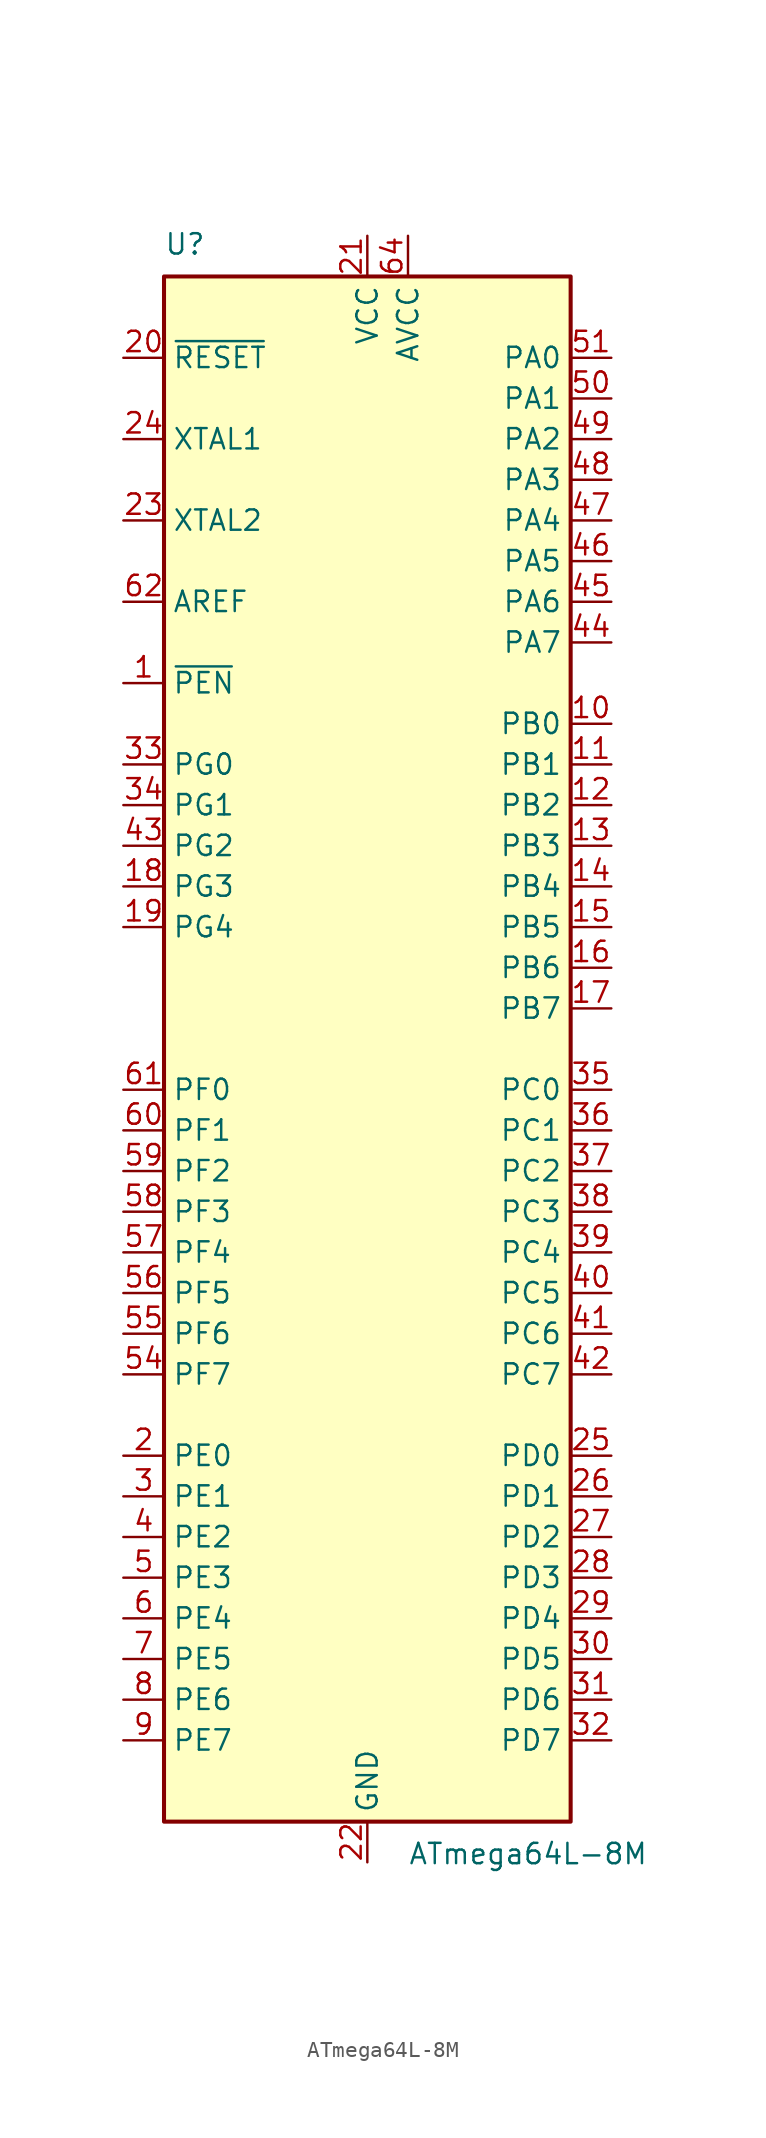
<source format=kicad_sym>
(kicad_symbol_lib
  (version 20241209)
  (generator "kicad_symbol_editor")
  (generator_version "9.0")
  (symbol "ATmega64L-8M"
    (property "Reference" "U"
      (at -12.7 49.53 0)
      (effects (font (size 1.27 1.27)) (justify left bottom)))
    (property "Value" "ATmega64L-8M"
      (at 2.54 -49.53 0)
      (effects (font (size 1.27 1.27)) (justify left top)))
    (symbol "ATmega64L-8M_0_1"
      (rectangle (start -12.7 -48.26) (end 12.7 48.26) (stroke (width 0.254) (type default)) (fill (type background))))
    (symbol "ATmega64L-8M_1_1"
      (pin input line (at -15.24 43.18 0) (length 2.54) (name "~{RESET}" (effects (font (size 1.27 1.27)))) (number "20" (effects (font (size 1.27 1.27)))))
      (pin input line (at -15.24 38.1 0) (length 2.54) (name "XTAL1" (effects (font (size 1.27 1.27)))) (number "24" (effects (font (size 1.27 1.27)))))
      (pin output line (at -15.24 33.02 0) (length 2.54) (name "XTAL2" (effects (font (size 1.27 1.27)))) (number "23" (effects (font (size 1.27 1.27)))))
      (pin passive line (at -15.24 27.94 0) (length 2.54) (name "AREF" (effects (font (size 1.27 1.27)))) (number "62" (effects (font (size 1.27 1.27)))))
      (pin input line (at -15.24 22.86 0) (length 2.54) (name "~{PEN}" (effects (font (size 1.27 1.27)))) (number "1" (effects (font (size 1.27 1.27)))))
      (pin bidirectional line (at -15.24 17.78 0) (length 2.54) (name "PG0" (effects (font (size 1.27 1.27)))) (number "33" (effects (font (size 1.27 1.27)))))
      (pin bidirectional line (at -15.24 15.24 0) (length 2.54) (name "PG1" (effects (font (size 1.27 1.27)))) (number "34" (effects (font (size 1.27 1.27)))))
      (pin bidirectional line (at -15.24 12.7 0) (length 2.54) (name "PG2" (effects (font (size 1.27 1.27)))) (number "43" (effects (font (size 1.27 1.27)))))
      (pin bidirectional line (at -15.24 10.16 0) (length 2.54) (name "PG3" (effects (font (size 1.27 1.27)))) (number "18" (effects (font (size 1.27 1.27)))))
      (pin bidirectional line (at -15.24 7.62 0) (length 2.54) (name "PG4" (effects (font (size 1.27 1.27)))) (number "19" (effects (font (size 1.27 1.27)))))
      (pin bidirectional line (at -15.24 -2.54 0) (length 2.54) (name "PF0" (effects (font (size 1.27 1.27)))) (number "61" (effects (font (size 1.27 1.27)))))
      (pin bidirectional line (at -15.24 -5.08 0) (length 2.54) (name "PF1" (effects (font (size 1.27 1.27)))) (number "60" (effects (font (size 1.27 1.27)))))
      (pin bidirectional line (at -15.24 -7.62 0) (length 2.54) (name "PF2" (effects (font (size 1.27 1.27)))) (number "59" (effects (font (size 1.27 1.27)))))
      (pin bidirectional line (at -15.24 -10.16 0) (length 2.54) (name "PF3" (effects (font (size 1.27 1.27)))) (number "58" (effects (font (size 1.27 1.27)))))
      (pin bidirectional line (at -15.24 -12.7 0) (length 2.54) (name "PF4" (effects (font (size 1.27 1.27)))) (number "57" (effects (font (size 1.27 1.27)))))
      (pin bidirectional line (at -15.24 -15.24 0) (length 2.54) (name "PF5" (effects (font (size 1.27 1.27)))) (number "56" (effects (font (size 1.27 1.27)))))
      (pin bidirectional line (at -15.24 -17.78 0) (length 2.54) (name "PF6" (effects (font (size 1.27 1.27)))) (number "55" (effects (font (size 1.27 1.27)))))
      (pin bidirectional line (at -15.24 -20.32 0) (length 2.54) (name "PF7" (effects (font (size 1.27 1.27)))) (number "54" (effects (font (size 1.27 1.27)))))
      (pin bidirectional line (at -15.24 -25.4 0) (length 2.54) (name "PE0" (effects (font (size 1.27 1.27)))) (number "2" (effects (font (size 1.27 1.27)))))
      (pin bidirectional line (at -15.24 -27.94 0) (length 2.54) (name "PE1" (effects (font (size 1.27 1.27)))) (number "3" (effects (font (size 1.27 1.27)))))
      (pin bidirectional line (at -15.24 -30.48 0) (length 2.54) (name "PE2" (effects (font (size 1.27 1.27)))) (number "4" (effects (font (size 1.27 1.27)))))
      (pin bidirectional line (at -15.24 -33.02 0) (length 2.54) (name "PE3" (effects (font (size 1.27 1.27)))) (number "5" (effects (font (size 1.27 1.27)))))
      (pin bidirectional line (at -15.24 -35.56 0) (length 2.54) (name "PE4" (effects (font (size 1.27 1.27)))) (number "6" (effects (font (size 1.27 1.27)))))
      (pin bidirectional line (at -15.24 -38.1 0) (length 2.54) (name "PE5" (effects (font (size 1.27 1.27)))) (number "7" (effects (font (size 1.27 1.27)))))
      (pin bidirectional line (at -15.24 -40.64 0) (length 2.54) (name "PE6" (effects (font (size 1.27 1.27)))) (number "8" (effects (font (size 1.27 1.27)))))
      (pin bidirectional line (at -15.24 -43.18 0) (length 2.54) (name "PE7" (effects (font (size 1.27 1.27)))) (number "9" (effects (font (size 1.27 1.27)))))
      (pin power_in line (at 0 50.8 270) (length 2.54) (name "VCC" (effects (font (size 1.27 1.27)))) (number "21" (effects (font (size 1.27 1.27)))))
      (pin passive line (at 0 50.8 270) (length 2.54) (hide yes) (name "VCC" (effects (font (size 1.27 1.27)))) (number "52" (effects (font (size 1.27 1.27)))))
      (pin power_in line (at 0 -50.8 90) (length 2.54) (name "GND" (effects (font (size 1.27 1.27)))) (number "22" (effects (font (size 1.27 1.27)))))
      (pin passive line (at 0 -50.8 90) (length 2.54) (hide yes) (name "GND" (effects (font (size 1.27 1.27)))) (number "53" (effects (font (size 1.27 1.27)))))
      (pin passive line (at 0 -50.8 90) (length 2.54) (hide yes) (name "GND" (effects (font (size 1.27 1.27)))) (number "63" (effects (font (size 1.27 1.27)))))
      (pin passive line (at 0 -50.8 90) (length 2.54) (hide yes) (name "GND" (effects (font (size 1.27 1.27)))) (number "65" (effects (font (size 1.27 1.27)))))
      (pin power_in line (at 2.54 50.8 270) (length 2.54) (name "AVCC" (effects (font (size 1.27 1.27)))) (number "64" (effects (font (size 1.27 1.27)))))
      (pin bidirectional line (at 15.24 43.18 180) (length 2.54) (name "PA0" (effects (font (size 1.27 1.27)))) (number "51" (effects (font (size 1.27 1.27)))))
      (pin bidirectional line (at 15.24 40.64 180) (length 2.54) (name "PA1" (effects (font (size 1.27 1.27)))) (number "50" (effects (font (size 1.27 1.27)))))
      (pin bidirectional line (at 15.24 38.1 180) (length 2.54) (name "PA2" (effects (font (size 1.27 1.27)))) (number "49" (effects (font (size 1.27 1.27)))))
      (pin bidirectional line (at 15.24 35.56 180) (length 2.54) (name "PA3" (effects (font (size 1.27 1.27)))) (number "48" (effects (font (size 1.27 1.27)))))
      (pin bidirectional line (at 15.24 33.02 180) (length 2.54) (name "PA4" (effects (font (size 1.27 1.27)))) (number "47" (effects (font (size 1.27 1.27)))))
      (pin bidirectional line (at 15.24 30.48 180) (length 2.54) (name "PA5" (effects (font (size 1.27 1.27)))) (number "46" (effects (font (size 1.27 1.27)))))
      (pin bidirectional line (at 15.24 27.94 180) (length 2.54) (name "PA6" (effects (font (size 1.27 1.27)))) (number "45" (effects (font (size 1.27 1.27)))))
      (pin bidirectional line (at 15.24 25.4 180) (length 2.54) (name "PA7" (effects (font (size 1.27 1.27)))) (number "44" (effects (font (size 1.27 1.27)))))
      (pin bidirectional line (at 15.24 20.32 180) (length 2.54) (name "PB0" (effects (font (size 1.27 1.27)))) (number "10" (effects (font (size 1.27 1.27)))))
      (pin bidirectional line (at 15.24 17.78 180) (length 2.54) (name "PB1" (effects (font (size 1.27 1.27)))) (number "11" (effects (font (size 1.27 1.27)))))
      (pin bidirectional line (at 15.24 15.24 180) (length 2.54) (name "PB2" (effects (font (size 1.27 1.27)))) (number "12" (effects (font (size 1.27 1.27)))))
      (pin bidirectional line (at 15.24 12.7 180) (length 2.54) (name "PB3" (effects (font (size 1.27 1.27)))) (number "13" (effects (font (size 1.27 1.27)))))
      (pin bidirectional line (at 15.24 10.16 180) (length 2.54) (name "PB4" (effects (font (size 1.27 1.27)))) (number "14" (effects (font (size 1.27 1.27)))))
      (pin bidirectional line (at 15.24 7.62 180) (length 2.54) (name "PB5" (effects (font (size 1.27 1.27)))) (number "15" (effects (font (size 1.27 1.27)))))
      (pin bidirectional line (at 15.24 5.08 180) (length 2.54) (name "PB6" (effects (font (size 1.27 1.27)))) (number "16" (effects (font (size 1.27 1.27)))))
      (pin bidirectional line (at 15.24 2.54 180) (length 2.54) (name "PB7" (effects (font (size 1.27 1.27)))) (number "17" (effects (font (size 1.27 1.27)))))
      (pin bidirectional line (at 15.24 -2.54 180) (length 2.54) (name "PC0" (effects (font (size 1.27 1.27)))) (number "35" (effects (font (size 1.27 1.27)))))
      (pin bidirectional line (at 15.24 -5.08 180) (length 2.54) (name "PC1" (effects (font (size 1.27 1.27)))) (number "36" (effects (font (size 1.27 1.27)))))
      (pin bidirectional line (at 15.24 -7.62 180) (length 2.54) (name "PC2" (effects (font (size 1.27 1.27)))) (number "37" (effects (font (size 1.27 1.27)))))
      (pin bidirectional line (at 15.24 -10.16 180) (length 2.54) (name "PC3" (effects (font (size 1.27 1.27)))) (number "38" (effects (font (size 1.27 1.27)))))
      (pin bidirectional line (at 15.24 -12.7 180) (length 2.54) (name "PC4" (effects (font (size 1.27 1.27)))) (number "39" (effects (font (size 1.27 1.27)))))
      (pin bidirectional line (at 15.24 -15.24 180) (length 2.54) (name "PC5" (effects (font (size 1.27 1.27)))) (number "40" (effects (font (size 1.27 1.27)))))
      (pin bidirectional line (at 15.24 -17.78 180) (length 2.54) (name "PC6" (effects (font (size 1.27 1.27)))) (number "41" (effects (font (size 1.27 1.27)))))
      (pin bidirectional line (at 15.24 -20.32 180) (length 2.54) (name "PC7" (effects (font (size 1.27 1.27)))) (number "42" (effects (font (size 1.27 1.27)))))
      (pin bidirectional line (at 15.24 -25.4 180) (length 2.54) (name "PD0" (effects (font (size 1.27 1.27)))) (number "25" (effects (font (size 1.27 1.27)))))
      (pin bidirectional line (at 15.24 -27.94 180) (length 2.54) (name "PD1" (effects (font (size 1.27 1.27)))) (number "26" (effects (font (size 1.27 1.27)))))
      (pin bidirectional line (at 15.24 -30.48 180) (length 2.54) (name "PD2" (effects (font (size 1.27 1.27)))) (number "27" (effects (font (size 1.27 1.27)))))
      (pin bidirectional line (at 15.24 -33.02 180) (length 2.54) (name "PD3" (effects (font (size 1.27 1.27)))) (number "28" (effects (font (size 1.27 1.27)))))
      (pin bidirectional line (at 15.24 -35.56 180) (length 2.54) (name "PD4" (effects (font (size 1.27 1.27)))) (number "29" (effects (font (size 1.27 1.27)))))
      (pin bidirectional line (at 15.24 -38.1 180) (length 2.54) (name "PD5" (effects (font (size 1.27 1.27)))) (number "30" (effects (font (size 1.27 1.27)))))
      (pin bidirectional line (at 15.24 -40.64 180) (length 2.54) (name "PD6" (effects (font (size 1.27 1.27)))) (number "31" (effects (font (size 1.27 1.27)))))
      (pin bidirectional line (at 15.24 -43.18 180) (length 2.54) (name "PD7" (effects (font (size 1.27 1.27)))) (number "32" (effects (font (size 1.27 1.27))))))))
</source>
